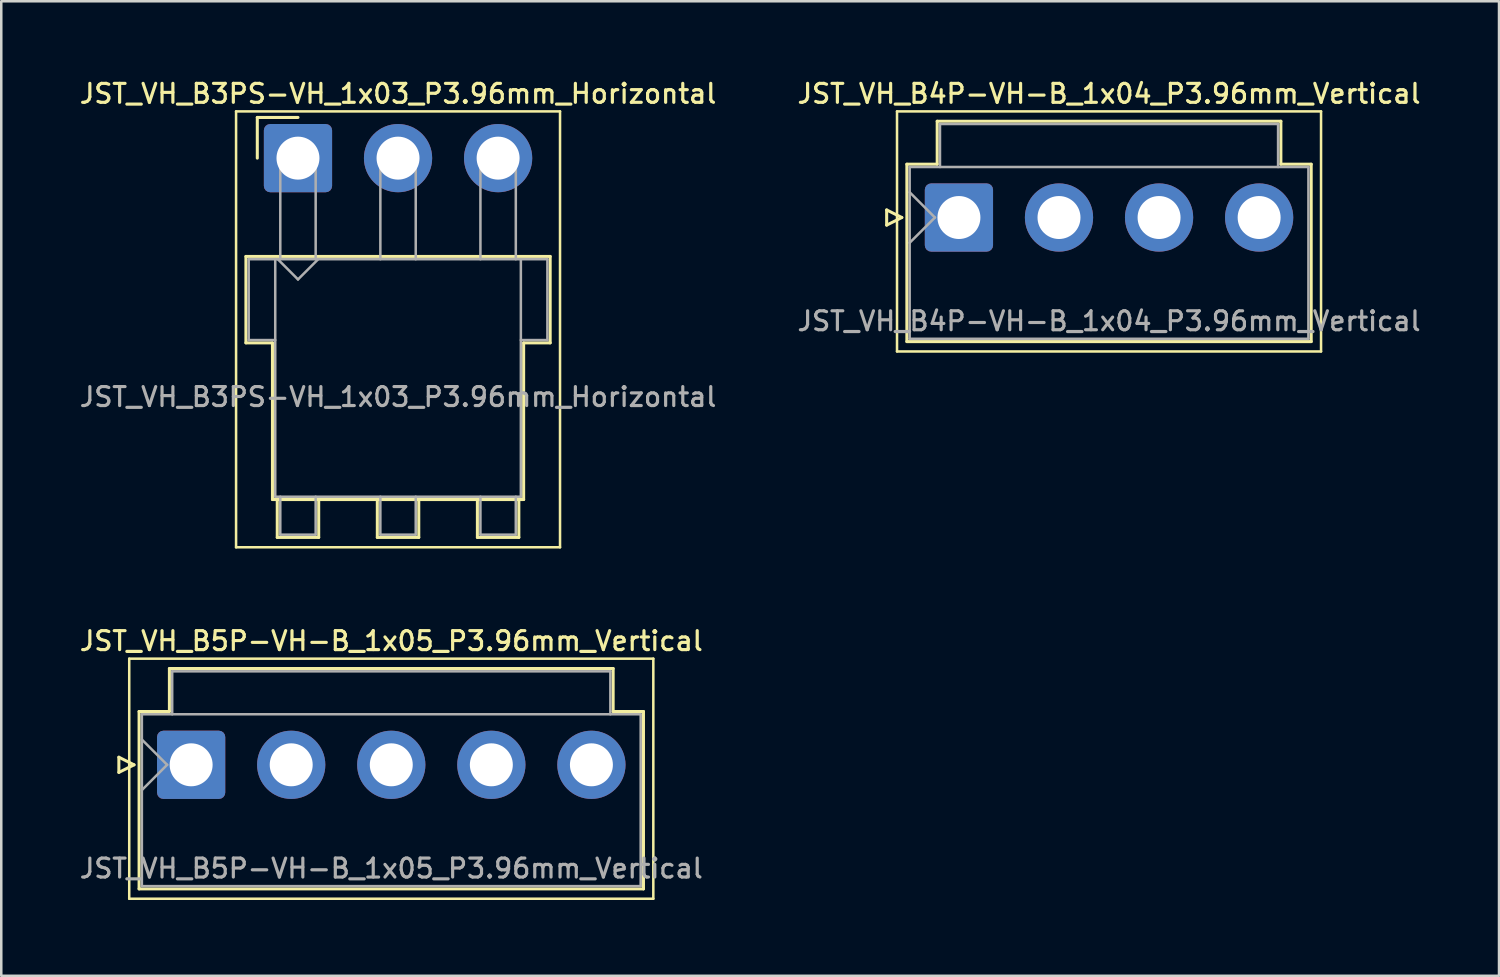
<source format=kicad_pcb>
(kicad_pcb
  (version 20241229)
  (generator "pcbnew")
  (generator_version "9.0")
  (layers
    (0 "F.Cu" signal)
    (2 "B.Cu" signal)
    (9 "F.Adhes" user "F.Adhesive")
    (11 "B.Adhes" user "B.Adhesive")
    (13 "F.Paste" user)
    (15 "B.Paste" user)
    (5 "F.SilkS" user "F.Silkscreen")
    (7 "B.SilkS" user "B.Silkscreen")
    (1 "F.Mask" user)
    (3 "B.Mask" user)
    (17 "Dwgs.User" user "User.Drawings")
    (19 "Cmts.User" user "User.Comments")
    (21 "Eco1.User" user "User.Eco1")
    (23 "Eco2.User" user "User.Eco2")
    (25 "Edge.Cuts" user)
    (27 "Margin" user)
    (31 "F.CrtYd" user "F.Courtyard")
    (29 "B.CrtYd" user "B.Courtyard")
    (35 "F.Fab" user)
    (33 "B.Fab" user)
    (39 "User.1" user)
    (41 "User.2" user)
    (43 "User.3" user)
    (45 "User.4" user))
  (footprint "JST_VH_B4P-VH-B_1x04_P3.96mm_Vertical"
    (layer "F.Cu")
    (at 34.898 5.558)
    (property "Reference" "JST_VH_B4P-VH-B_1x04_P3.96mm_Vertical" (at 5.94 -4.9 0) (layer "F.SilkS") (effects (font (size 0.75 0.75) (thickness 0.125))))
    (attr through_hole)
    (fp_line (start -2.86 -0.3) (end -2.26 0) (stroke (width 0.12) (type solid)) (layer "F.SilkS"))
    (fp_line (start -2.86 0.3) (end -2.86 -0.3) (stroke (width 0.12) (type solid)) (layer "F.SilkS"))
    (fp_line (start -2.45 -4.2) (end -2.45 5.3) (stroke (width 0.1) (type solid)) (layer "F.SilkS"))
    (fp_line (start -2.45 5.3) (end 14.33 5.3) (stroke (width 0.1) (type solid)) (layer "F.SilkS"))
    (fp_line (start -2.26 0) (end -2.86 0.3) (stroke (width 0.12) (type solid)) (layer "F.SilkS"))
    (fp_line (start -2.06 -2.11) (end -0.86 -2.11) (stroke (width 0.12) (type solid)) (layer "F.SilkS"))
    (fp_line (start -2.06 4.91) (end -2.06 -2.11) (stroke (width 0.12) (type solid)) (layer "F.SilkS"))
    (fp_line (start -0.86 -3.81) (end 12.74 -3.81) (stroke (width 0.12) (type solid)) (layer "F.SilkS"))
    (fp_line (start -0.86 -2.11) (end -0.86 -3.81) (stroke (width 0.12) (type solid)) (layer "F.SilkS"))
    (fp_line (start 12.74 -3.81) (end 12.74 -2.11) (stroke (width 0.12) (type solid)) (layer "F.SilkS"))
    (fp_line (start 12.74 -2.11) (end 13.94 -2.11) (stroke (width 0.12) (type solid)) (layer "F.SilkS"))
    (fp_line (start 13.94 -2.11) (end 13.94 4.91) (stroke (width 0.12) (type solid)) (layer "F.SilkS"))
    (fp_line (start 13.94 4.91) (end -2.06 4.91) (stroke (width 0.12) (type solid)) (layer "F.SilkS"))
    (fp_line (start 14.33 -4.2) (end -2.45 -4.2) (stroke (width 0.1) (type solid)) (layer "F.SilkS"))
    (fp_line (start 14.33 5.3) (end 14.33 -4.2) (stroke (width 0.1) (type solid)) (layer "F.SilkS"))
    (fp_line (start -1.95 -2) (end -1.95 4.8) (stroke (width 0.1) (type solid)) (layer "F.Fab"))
    (fp_line (start -1.95 -1) (end -0.95 0) (stroke (width 0.1) (type solid)) (layer "F.Fab"))
    (fp_line (start -1.95 1) (end -0.95 0) (stroke (width 0.1) (type solid)) (layer "F.Fab"))
    (fp_line (start -1.95 4.8) (end 13.83 4.8) (stroke (width 0.1) (type solid)) (layer "F.Fab"))
    (fp_line (start -0.75 -3.7) (end 12.63 -3.7) (stroke (width 0.1) (type solid)) (layer "F.Fab"))
    (fp_line (start -0.75 -2) (end -0.75 -3.7) (stroke (width 0.1) (type solid)) (layer "F.Fab"))
    (fp_line (start 12.63 -3.7) (end 12.63 -2) (stroke (width 0.1) (type solid)) (layer "F.Fab"))
    (fp_line (start 13.83 -2) (end -1.95 -2) (stroke (width 0.1) (type solid)) (layer "F.Fab"))
    (fp_line (start 13.83 4.8) (end 13.83 -2) (stroke (width 0.1) (type solid)) (layer "F.Fab"))
    (fp_text user "${REFERENCE}" (at 5.94 4.1 0) (layer "F.Fab") (effects (font (size 0.75 0.75) (thickness 0.125))))
    (pad "1" thru_hole roundrect (at 0 0) (size 2.7 2.7) (drill 1.7) (layers "*.Cu" "*.Mask") (roundrect_rratio 0.093))
    (pad "2" thru_hole circle (at 3.96 0) (size 2.7 2.7) (drill 1.7) (layers "*.Cu" "*.Mask"))
    (pad "3" thru_hole circle (at 7.92 0) (size 2.7 2.7) (drill 1.7) (layers "*.Cu" "*.Mask"))
    (pad "4" thru_hole circle (at 11.88 0) (size 2.7 2.7) (drill 1.7) (layers "*.Cu" "*.Mask")))
  (footprint "JST_VH_B3PS-VH_1x03_P3.96mm_Horizontal"
    (layer "F.Cu")
    (at 8.742 3.208)
    (property "Reference" "JST_VH_B3PS-VH_1x03_P3.96mm_Horizontal" (at 3.96 -2.55 0) (layer "F.SilkS") (effects (font (size 0.75 0.75) (thickness 0.125))))
    (attr through_hole)
    (fp_line (start -2.45 -1.85) (end -2.45 15.4) (stroke (width 0.1) (type solid)) (layer "F.SilkS"))
    (fp_line (start -2.45 15.4) (end 10.37 15.4) (stroke (width 0.1) (type solid)) (layer "F.SilkS"))
    (fp_line (start -2.06 3.89) (end 9.98 3.89) (stroke (width 0.12) (type solid)) (layer "F.SilkS"))
    (fp_line (start -2.06 7.31) (end -2.06 3.89) (stroke (width 0.12) (type solid)) (layer "F.SilkS"))
    (fp_line (start -1.61 -1.61) (end -1.61 0) (stroke (width 0.12) (type solid)) (layer "F.SilkS"))
    (fp_line (start -1.01 7.31) (end -2.06 7.31) (stroke (width 0.12) (type solid)) (layer "F.SilkS"))
    (fp_line (start -1.01 13.51) (end -1.01 7.31) (stroke (width 0.12) (type solid)) (layer "F.SilkS"))
    (fp_line (start -0.82 13.51) (end -0.82 15.01) (stroke (width 0.12) (type solid)) (layer "F.SilkS"))
    (fp_line (start -0.82 15.01) (end 0.82 15.01) (stroke (width 0.12) (type solid)) (layer "F.SilkS"))
    (fp_line (start 0 -1.61) (end -1.61 -1.61) (stroke (width 0.12) (type solid)) (layer "F.SilkS"))
    (fp_line (start 0.82 15.01) (end 0.82 13.51) (stroke (width 0.12) (type solid)) (layer "F.SilkS"))
    (fp_line (start 3.14 13.51) (end 3.14 15.01) (stroke (width 0.12) (type solid)) (layer "F.SilkS"))
    (fp_line (start 3.14 15.01) (end 4.78 15.01) (stroke (width 0.12) (type solid)) (layer "F.SilkS"))
    (fp_line (start 4.78 15.01) (end 4.78 13.51) (stroke (width 0.12) (type solid)) (layer "F.SilkS"))
    (fp_line (start 7.1 13.51) (end 7.1 15.01) (stroke (width 0.12) (type solid)) (layer "F.SilkS"))
    (fp_line (start 7.1 15.01) (end 8.74 15.01) (stroke (width 0.12) (type solid)) (layer "F.SilkS"))
    (fp_line (start 8.74 15.01) (end 8.74 13.51) (stroke (width 0.12) (type solid)) (layer "F.SilkS"))
    (fp_line (start 8.93 7.31) (end 8.93 13.51) (stroke (width 0.12) (type solid)) (layer "F.SilkS"))
    (fp_line (start 8.93 13.51) (end -1.01 13.51) (stroke (width 0.12) (type solid)) (layer "F.SilkS"))
    (fp_line (start 9.98 3.89) (end 9.98 7.31) (stroke (width 0.12) (type solid)) (layer "F.SilkS"))
    (fp_line (start 9.98 7.31) (end 8.93 7.31) (stroke (width 0.12) (type solid)) (layer "F.SilkS"))
    (fp_line (start 10.37 -1.85) (end -2.45 -1.85) (stroke (width 0.1) (type solid)) (layer "F.SilkS"))
    (fp_line (start 10.37 15.4) (end 10.37 -1.85) (stroke (width 0.1) (type solid)) (layer "F.SilkS"))
    (fp_line (start -1.95 4) (end -0.9 4) (stroke (width 0.1) (type solid)) (layer "F.Fab"))
    (fp_line (start -1.95 7.2) (end -1.95 4) (stroke (width 0.1) (type solid)) (layer "F.Fab"))
    (fp_line (start -0.9 4) (end -0.9 13.4) (stroke (width 0.1) (type solid)) (layer "F.Fab"))
    (fp_line (start -0.9 7.2) (end -1.95 7.2) (stroke (width 0.1) (type solid)) (layer "F.Fab"))
    (fp_line (start -0.9 13.4) (end 8.82 13.4) (stroke (width 0.1) (type solid)) (layer "F.Fab"))
    (fp_line (start -0.8 4) (end 0 4.8) (stroke (width 0.1) (type solid)) (layer "F.Fab"))
    (fp_line (start -0.7 0) (end 0.7 0) (stroke (width 0.1) (type solid)) (layer "F.Fab"))
    (fp_line (start -0.7 4) (end -0.7 0) (stroke (width 0.1) (type solid)) (layer "F.Fab"))
    (fp_line (start -0.7 13.4) (end -0.7 14.9) (stroke (width 0.1) (type solid)) (layer "F.Fab"))
    (fp_line (start -0.7 14.9) (end 0.7 14.9) (stroke (width 0.1) (type solid)) (layer "F.Fab"))
    (fp_line (start 0 4.8) (end 0.8 4) (stroke (width 0.1) (type solid)) (layer "F.Fab"))
    (fp_line (start 0.7 0) (end 0.7 4) (stroke (width 0.1) (type solid)) (layer "F.Fab"))
    (fp_line (start 0.7 14.9) (end 0.7 13.4) (stroke (width 0.1) (type solid)) (layer "F.Fab"))
    (fp_line (start 3.26 0) (end 4.66 0) (stroke (width 0.1) (type solid)) (layer "F.Fab"))
    (fp_line (start 3.26 4) (end 3.26 0) (stroke (width 0.1) (type solid)) (layer "F.Fab"))
    (fp_line (start 3.26 13.4) (end 3.26 14.9) (stroke (width 0.1) (type solid)) (layer "F.Fab"))
    (fp_line (start 3.26 14.9) (end 4.66 14.9) (stroke (width 0.1) (type solid)) (layer "F.Fab"))
    (fp_line (start 4.66 0) (end 4.66 4) (stroke (width 0.1) (type solid)) (layer "F.Fab"))
    (fp_line (start 4.66 14.9) (end 4.66 13.4) (stroke (width 0.1) (type solid)) (layer "F.Fab"))
    (fp_line (start 7.22 0) (end 8.62 0) (stroke (width 0.1) (type solid)) (layer "F.Fab"))
    (fp_line (start 7.22 4) (end 7.22 0) (stroke (width 0.1) (type solid)) (layer "F.Fab"))
    (fp_line (start 7.22 13.4) (end 7.22 14.9) (stroke (width 0.1) (type solid)) (layer "F.Fab"))
    (fp_line (start 7.22 14.9) (end 8.62 14.9) (stroke (width 0.1) (type solid)) (layer "F.Fab"))
    (fp_line (start 8.62 0) (end 8.62 4) (stroke (width 0.1) (type solid)) (layer "F.Fab"))
    (fp_line (start 8.62 14.9) (end 8.62 13.4) (stroke (width 0.1) (type solid)) (layer "F.Fab"))
    (fp_line (start 8.82 4) (end -0.9 4) (stroke (width 0.1) (type solid)) (layer "F.Fab"))
    (fp_line (start 8.82 4) (end 9.87 4) (stroke (width 0.1) (type solid)) (layer "F.Fab"))
    (fp_line (start 8.82 13.4) (end 8.82 4) (stroke (width 0.1) (type solid)) (layer "F.Fab"))
    (fp_line (start 9.87 4) (end 9.87 7.2) (stroke (width 0.1) (type solid)) (layer "F.Fab"))
    (fp_line (start 9.87 7.2) (end 8.82 7.2) (stroke (width 0.1) (type solid)) (layer "F.Fab"))
    (fp_text user "${REFERENCE}" (at 3.96 9.45 0) (layer "F.Fab") (effects (font (size 0.75 0.75) (thickness 0.125))))
    (pad "1" thru_hole roundrect (at 0 0) (size 2.7 2.7) (drill 1.7) (layers "*.Cu" "*.Mask") (roundrect_rratio 0.093))
    (pad "2" thru_hole circle (at 3.96 0) (size 2.7 2.7) (drill 1.7) (layers "*.Cu" "*.Mask"))
    (pad "3" thru_hole circle (at 7.92 0) (size 2.7 2.7) (drill 1.7) (layers "*.Cu" "*.Mask")))
  (footprint "JST_VH_B5P-VH-B_1x05_P3.96mm_Vertical"
    (layer "F.Cu")
    (at 4.514 27.216)
    (property "Reference" "JST_VH_B5P-VH-B_1x05_P3.96mm_Vertical" (at 7.92 -4.9 0) (layer "F.SilkS") (effects (font (size 0.75 0.75) (thickness 0.125))))
    (attr through_hole)
    (fp_line (start -2.86 -0.3) (end -2.26 0) (stroke (width 0.12) (type solid)) (layer "F.SilkS"))
    (fp_line (start -2.86 0.3) (end -2.86 -0.3) (stroke (width 0.12) (type solid)) (layer "F.SilkS"))
    (fp_line (start -2.45 -4.2) (end -2.45 5.3) (stroke (width 0.1) (type solid)) (layer "F.SilkS"))
    (fp_line (start -2.45 5.3) (end 18.29 5.3) (stroke (width 0.1) (type solid)) (layer "F.SilkS"))
    (fp_line (start -2.26 0) (end -2.86 0.3) (stroke (width 0.12) (type solid)) (layer "F.SilkS"))
    (fp_line (start -2.06 -2.11) (end -0.86 -2.11) (stroke (width 0.12) (type solid)) (layer "F.SilkS"))
    (fp_line (start -2.06 4.91) (end -2.06 -2.11) (stroke (width 0.12) (type solid)) (layer "F.SilkS"))
    (fp_line (start -0.86 -3.81) (end 16.7 -3.81) (stroke (width 0.12) (type solid)) (layer "F.SilkS"))
    (fp_line (start -0.86 -2.11) (end -0.86 -3.81) (stroke (width 0.12) (type solid)) (layer "F.SilkS"))
    (fp_line (start 16.7 -3.81) (end 16.7 -2.11) (stroke (width 0.12) (type solid)) (layer "F.SilkS"))
    (fp_line (start 16.7 -2.11) (end 17.9 -2.11) (stroke (width 0.12) (type solid)) (layer "F.SilkS"))
    (fp_line (start 17.9 -2.11) (end 17.9 4.91) (stroke (width 0.12) (type solid)) (layer "F.SilkS"))
    (fp_line (start 17.9 4.91) (end -2.06 4.91) (stroke (width 0.12) (type solid)) (layer "F.SilkS"))
    (fp_line (start 18.29 -4.2) (end -2.45 -4.2) (stroke (width 0.1) (type solid)) (layer "F.SilkS"))
    (fp_line (start 18.29 5.3) (end 18.29 -4.2) (stroke (width 0.1) (type solid)) (layer "F.SilkS"))
    (fp_line (start -1.95 -2) (end -1.95 4.8) (stroke (width 0.1) (type solid)) (layer "F.Fab"))
    (fp_line (start -1.95 -1) (end -0.95 0) (stroke (width 0.1) (type solid)) (layer "F.Fab"))
    (fp_line (start -1.95 1) (end -0.95 0) (stroke (width 0.1) (type solid)) (layer "F.Fab"))
    (fp_line (start -1.95 4.8) (end 17.79 4.8) (stroke (width 0.1) (type solid)) (layer "F.Fab"))
    (fp_line (start -0.75 -3.7) (end 16.59 -3.7) (stroke (width 0.1) (type solid)) (layer "F.Fab"))
    (fp_line (start -0.75 -2) (end -0.75 -3.7) (stroke (width 0.1) (type solid)) (layer "F.Fab"))
    (fp_line (start 16.59 -3.7) (end 16.59 -2) (stroke (width 0.1) (type solid)) (layer "F.Fab"))
    (fp_line (start 17.79 -2) (end -1.95 -2) (stroke (width 0.1) (type solid)) (layer "F.Fab"))
    (fp_line (start 17.79 4.8) (end 17.79 -2) (stroke (width 0.1) (type solid)) (layer "F.Fab"))
    (fp_text user "${REFERENCE}" (at 7.92 4.1 0) (layer "F.Fab") (effects (font (size 0.75 0.75) (thickness 0.125))))
    (pad "1" thru_hole roundrect (at 0 0) (size 2.7 2.7) (drill 1.7) (layers "*.Cu" "*.Mask") (roundrect_rratio 0.093))
    (pad "2" thru_hole circle (at 3.96 0) (size 2.7 2.7) (drill 1.7) (layers "*.Cu" "*.Mask"))
    (pad "3" thru_hole circle (at 7.92 0) (size 2.7 2.7) (drill 1.7) (layers "*.Cu" "*.Mask"))
    (pad "4" thru_hole circle (at 11.88 0) (size 2.7 2.7) (drill 1.7) (layers "*.Cu" "*.Mask"))
    (pad "5" thru_hole circle (at 15.84 0) (size 2.7 2.7) (drill 1.7) (layers "*.Cu" "*.Mask")))
  (gr_rect
    (start -3 -3)
    (end 56.271 35.566)
    (stroke (width 0.1) (type default))
    (fill no)
    (layer "Edge.Cuts")))
</source>
